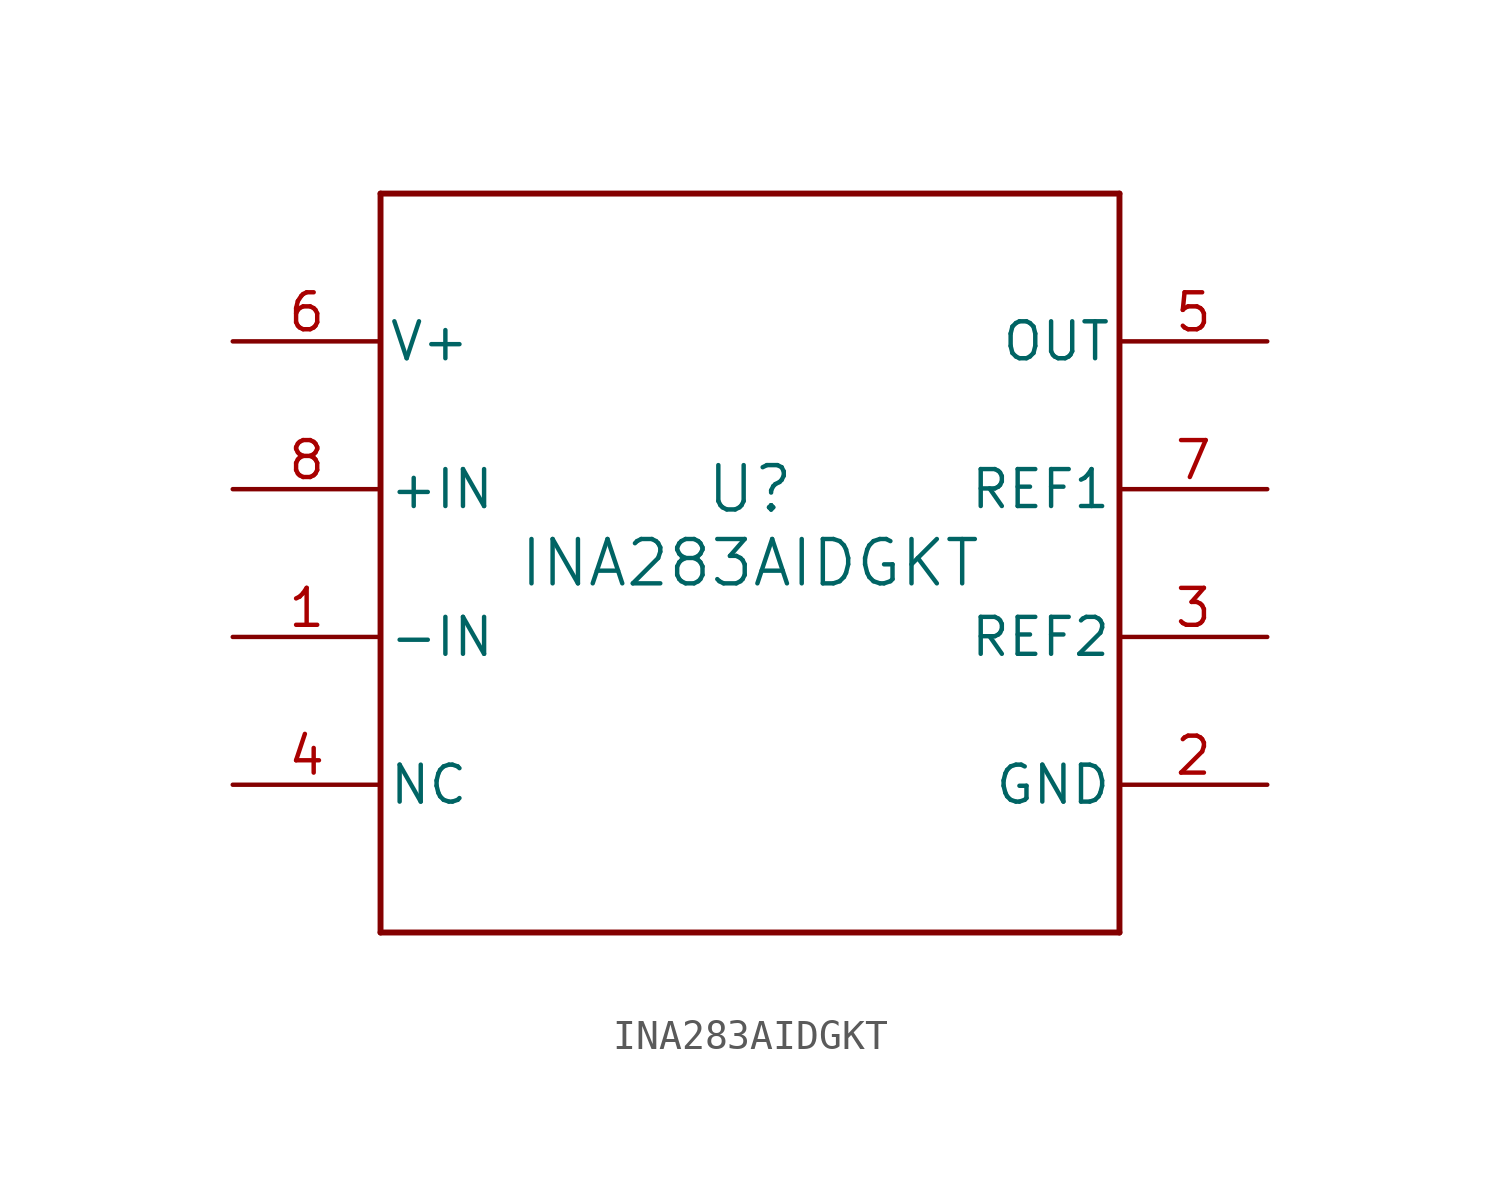
<source format=kicad_sym>
(kicad_symbol_lib
  (version 20211014)
  (generator kicad_symbol_editor)
  (symbol "INA283AIDGKT"
    (pin_names
      (offset 0.254))
    (property "Reference" "U"
      (at 0 2.54 0)
      (effects (font (size 1.524 1.524))))
    (property "Value" "INA283AIDGKT"
      (at 0 0 0)
      (effects (font (size 1.524 1.524))))
    (symbol "INA283AIDGKT_0_1"
      (polyline (pts (xy -12.7 -12.7) (xy 12.7 -12.7)) (stroke (width 0.203) (type default) (color 0 0 0 0)) (fill (type none)))
      (polyline (pts (xy 12.7 -12.7) (xy 12.7 12.7)) (stroke (width 0.203) (type default) (color 0 0 0 0)) (fill (type none)))
      (polyline (pts (xy 12.7 12.7) (xy -12.7 12.7)) (stroke (width 0.203) (type default) (color 0 0 0 0)) (fill (type none)))
      (polyline (pts (xy -12.7 12.7) (xy -12.7 -12.7)) (stroke (width 0.203) (type default) (color 0 0 0 0)) (fill (type none)))
      (pin input line (at -17.78 -2.54 0) (length 5.08) (name "-IN" (effects (font (size 1.27 1.27)))) (number "1" (effects (font (size 1.27 1.27)))))
      (pin power_in line (at 17.78 -7.62 180) (length 5.08) (name "GND" (effects (font (size 1.27 1.27)))) (number "2" (effects (font (size 1.27 1.27)))))
      (pin input line (at 17.78 -2.54 180) (length 5.08) (name "REF2" (effects (font (size 1.27 1.27)))) (number "3" (effects (font (size 1.27 1.27)))))
      (pin unspecified line (at -17.78 -7.62 0) (length 5.08) (name "NC" (effects (font (size 1.27 1.27)))) (number "4" (effects (font (size 1.27 1.27)))))
      (pin output line (at 17.78 7.62 180) (length 5.08) (name "OUT" (effects (font (size 1.27 1.27)))) (number "5" (effects (font (size 1.27 1.27)))))
      (pin power_in line (at -17.78 7.62 0) (length 5.08) (name "V+" (effects (font (size 1.27 1.27)))) (number "6" (effects (font (size 1.27 1.27)))))
      (pin input line (at 17.78 2.54 180) (length 5.08) (name "REF1" (effects (font (size 1.27 1.27)))) (number "7" (effects (font (size 1.27 1.27)))))
      (pin input line (at -17.78 2.54 0) (length 5.08) (name "+IN" (effects (font (size 1.27 1.27)))) (number "8" (effects (font (size 1.27 1.27))))))))
</source>
